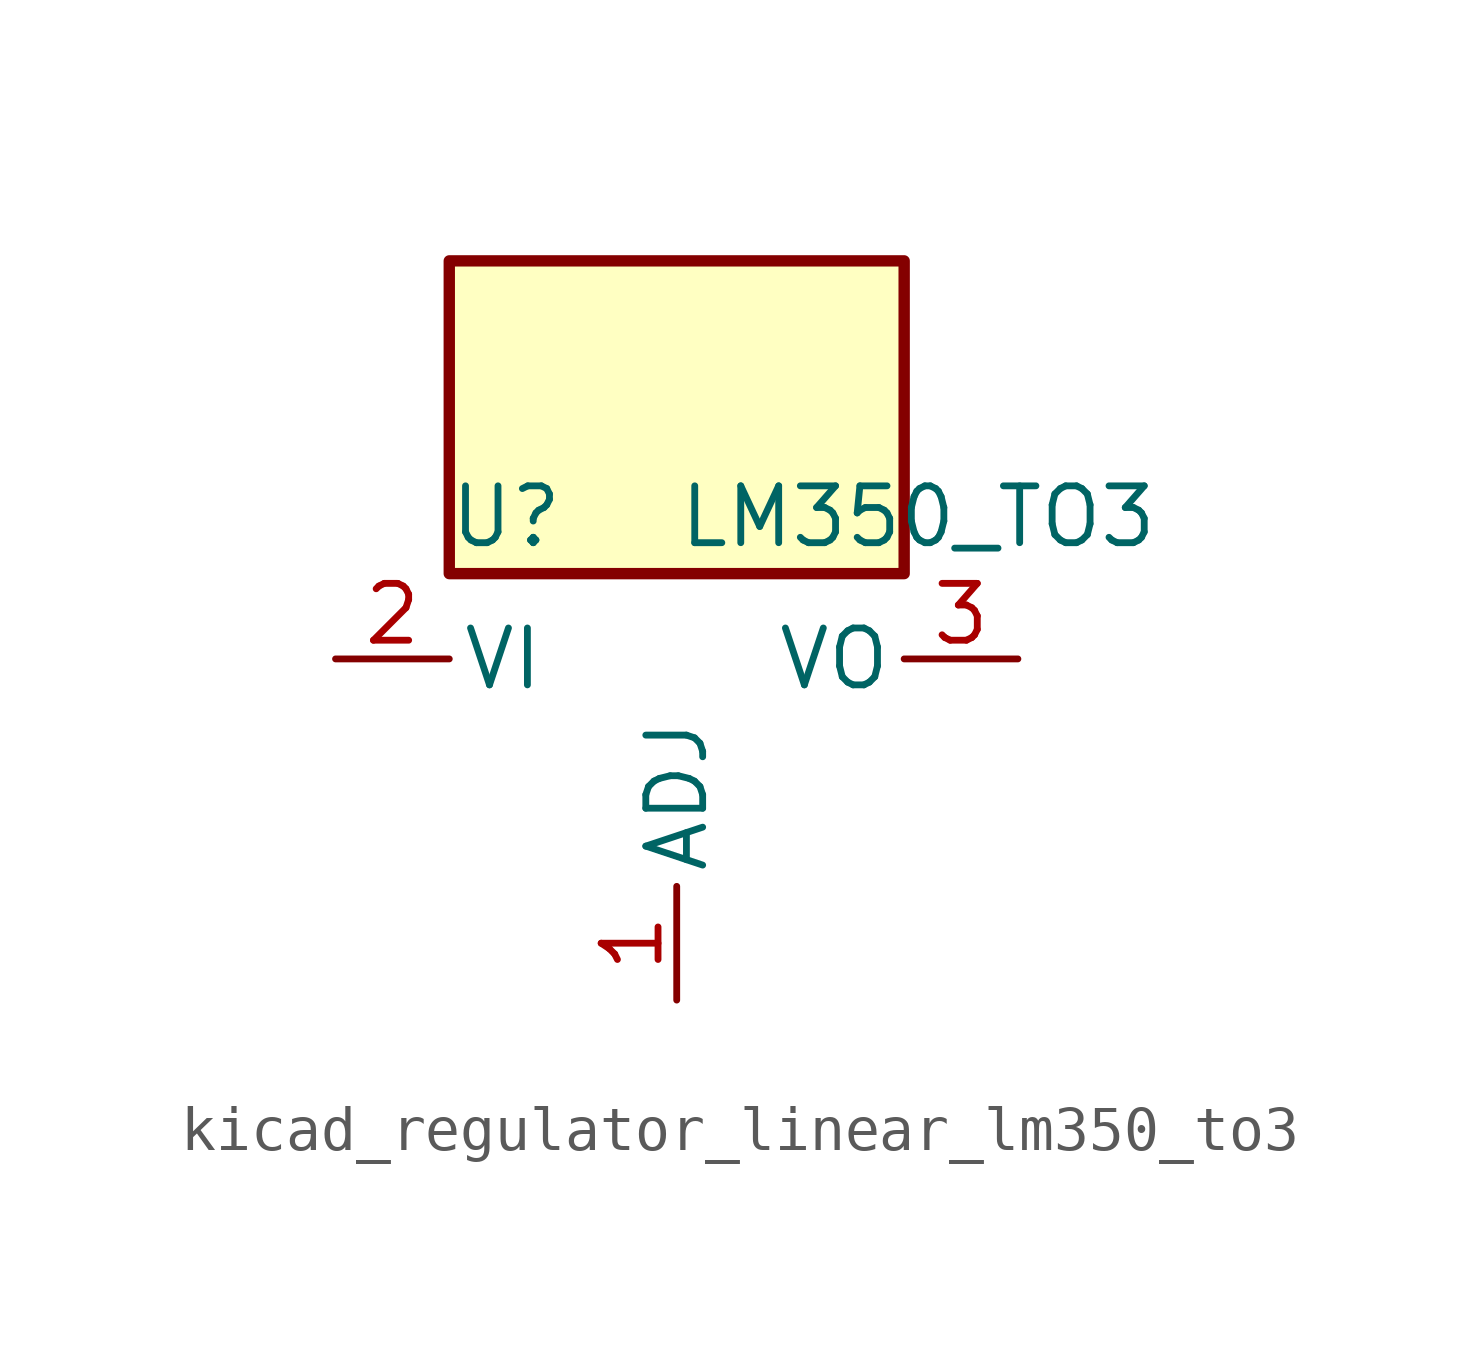
<source format=kicad_sym>
(kicad_symbol_lib
  (version 20220914)
  (generator kicad_symbol_editor)
  (symbol "kicad_regulator_linear_lm350_to3"
    (pin_names
      (offset 0.254))
    (property "Reference" "U"
      (at -3.81 3.175 0)
      (effects (font (size 1.27 1.27))))
    (property "Value" "LM350_TO3"
      (at 0 3.175 0)
      (effects (font (size 1.27 1.27)) (justify left)))
    (symbol "kicad_regulator_linear_lm350_to3_0_1"
      (rectangle (start 5.08 8.89) (end -5.08 1.905) (stroke (width 0.254) (type default)) (fill (type background))))
    (symbol "kicad_regulator_linear_lm350_to3_1_1"
      (pin input line (at 0 -7.62 90) (length 2.54) (name "ADJ" (effects (font (size 1.27 1.27)))) (number "1" (effects (font (size 1.27 1.27)))))
      (pin power_in line (at -7.62 0 0) (length 2.54) (name "VI" (effects (font (size 1.27 1.27)))) (number "2" (effects (font (size 1.27 1.27)))))
      (pin power_out line (at 7.62 0 180) (length 2.54) (name "VO" (effects (font (size 1.27 1.27)))) (number "3" (effects (font (size 1.27 1.27))))))))
</source>
